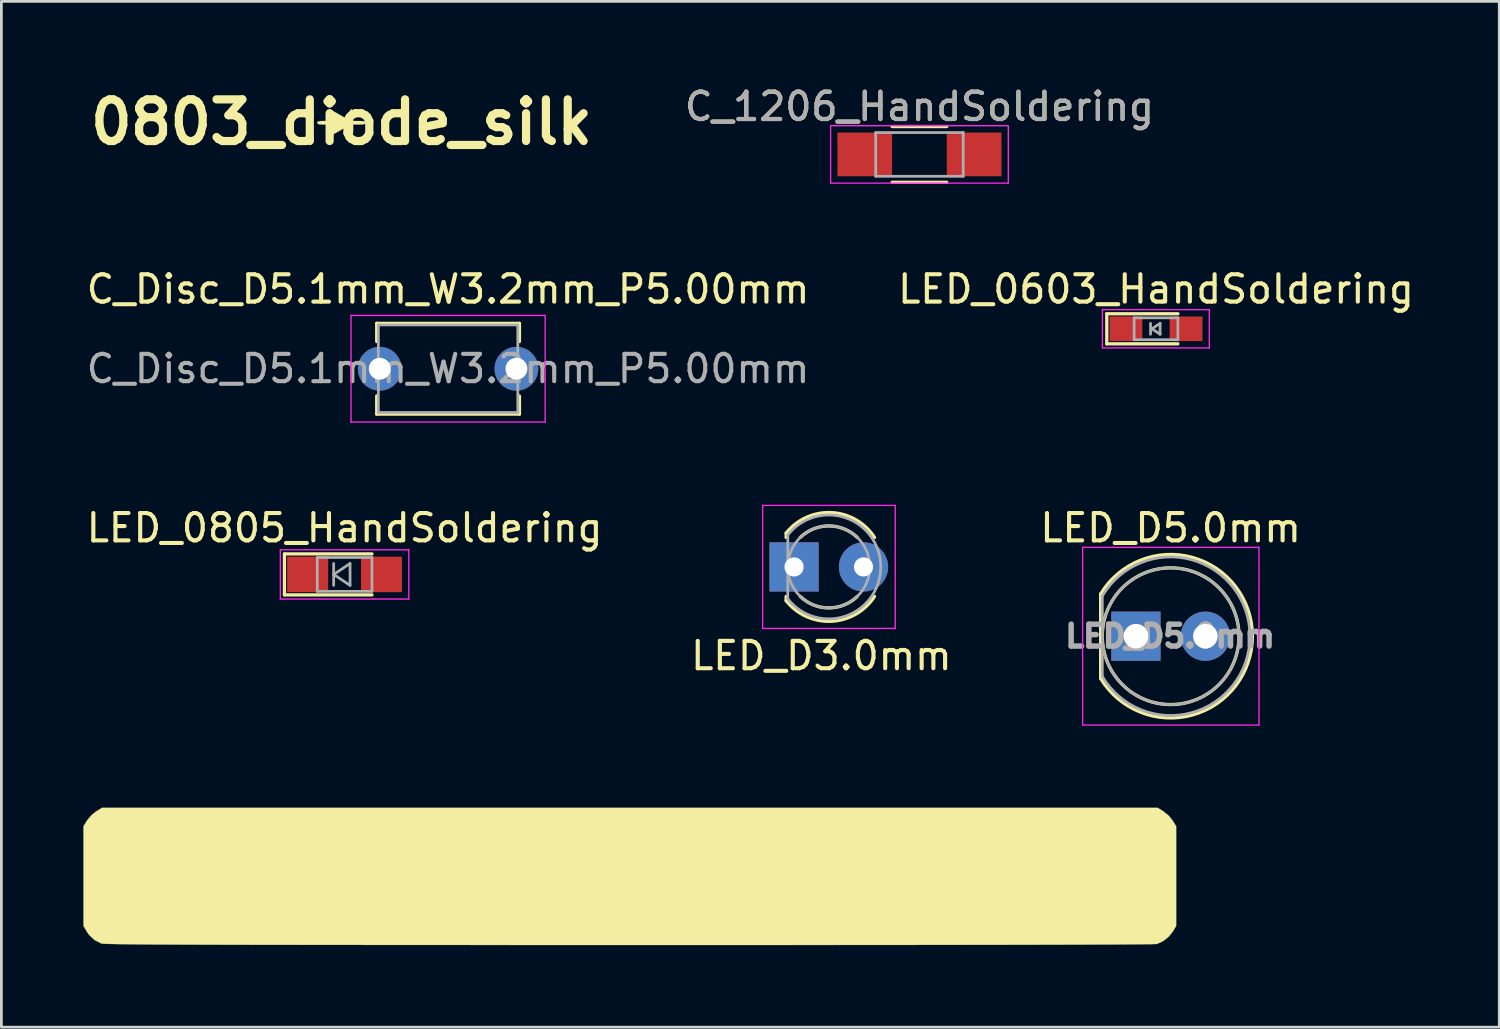
<source format=kicad_pcb>
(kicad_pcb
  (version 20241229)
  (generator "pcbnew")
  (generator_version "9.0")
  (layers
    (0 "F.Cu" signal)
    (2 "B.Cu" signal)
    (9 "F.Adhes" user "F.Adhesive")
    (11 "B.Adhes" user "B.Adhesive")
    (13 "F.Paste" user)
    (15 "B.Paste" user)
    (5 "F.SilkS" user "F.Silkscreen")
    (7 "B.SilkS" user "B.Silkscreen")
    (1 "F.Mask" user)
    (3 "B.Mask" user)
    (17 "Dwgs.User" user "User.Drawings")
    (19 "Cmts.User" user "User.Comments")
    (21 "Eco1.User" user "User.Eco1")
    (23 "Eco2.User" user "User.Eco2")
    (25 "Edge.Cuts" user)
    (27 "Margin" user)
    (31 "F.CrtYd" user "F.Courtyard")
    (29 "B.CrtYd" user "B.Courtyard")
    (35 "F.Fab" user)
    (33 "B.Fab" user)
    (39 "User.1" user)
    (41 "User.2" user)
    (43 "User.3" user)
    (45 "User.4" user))
  (footprint "C_1206_HandSoldering"
    (layer "F.Cu")
    (at 30.58 2.598)
    (property "Reference" "C_1206_HandSoldering" (at 0 -1.75 0) (layer "F.SilkS") (effects (font (size 1 1) (thickness 0.15))))
    (attr smd)
    (fp_line (start -1 1.02) (end 1 1.02) (stroke (width 0.12) (type solid)) (layer "F.SilkS"))
    (fp_line (start 1 -1.02) (end -1 -1.02) (stroke (width 0.12) (type solid)) (layer "F.SilkS"))
    (fp_line (start -3.25 -1.05) (end -3.25 1.05) (stroke (width 0.05) (type solid)) (layer "F.CrtYd"))
    (fp_line (start -3.25 -1.05) (end 3.25 -1.05) (stroke (width 0.05) (type solid)) (layer "F.CrtYd"))
    (fp_line (start 3.25 1.05) (end -3.25 1.05) (stroke (width 0.05) (type solid)) (layer "F.CrtYd"))
    (fp_line (start 3.25 1.05) (end 3.25 -1.05) (stroke (width 0.05) (type solid)) (layer "F.CrtYd"))
    (fp_line (start -1.6 -0.8) (end 1.6 -0.8) (stroke (width 0.1) (type solid)) (layer "F.Fab"))
    (fp_line (start -1.6 0.8) (end -1.6 -0.8) (stroke (width 0.1) (type solid)) (layer "F.Fab"))
    (fp_line (start 1.6 -0.8) (end 1.6 0.8) (stroke (width 0.1) (type solid)) (layer "F.Fab"))
    (fp_line (start 1.6 0.8) (end -1.6 0.8) (stroke (width 0.1) (type solid)) (layer "F.Fab"))
    (fp_text user "${REFERENCE}" (at 0 -1.75 0) (layer "F.Fab") (effects (font (size 1 1) (thickness 0.15))))
    (pad "1" smd rect (at -2 0) (size 2 1.6) (layers "F.Cu" "F.Mask" "F.Paste"))
    (pad "2" smd rect (at 2 0) (size 2 1.6) (layers "F.Cu" "F.Mask" "F.Paste")))
  (footprint "LED_0603_HandSoldering"
    (layer "F.Cu")
    (at 39.232 8.976)
    (property "Reference" "LED_0603_HandSoldering" (at 0 -1.45 0) (layer "F.SilkS") (effects (font (size 1 1) (thickness 0.15))))
    (attr smd)
    (fp_line (start -1.8 -0.55) (end -1.8 0.55) (stroke (width 0.12) (type solid)) (layer "F.SilkS"))
    (fp_line (start -1.8 -0.55) (end 0.8 -0.55) (stroke (width 0.12) (type solid)) (layer "F.SilkS"))
    (fp_line (start -1.8 0.55) (end 0.8 0.55) (stroke (width 0.12) (type solid)) (layer "F.SilkS"))
    (fp_line (start -1.96 -0.7) (end -1.96 0.7) (stroke (width 0.05) (type solid)) (layer "F.CrtYd"))
    (fp_line (start -1.96 -0.7) (end 1.95 -0.7) (stroke (width 0.05) (type solid)) (layer "F.CrtYd"))
    (fp_line (start 1.95 0.7) (end -1.96 0.7) (stroke (width 0.05) (type solid)) (layer "F.CrtYd"))
    (fp_line (start 1.95 0.7) (end 1.95 -0.7) (stroke (width 0.05) (type solid)) (layer "F.CrtYd"))
    (fp_line (start -0.8 -0.4) (end -0.8 0.4) (stroke (width 0.1) (type solid)) (layer "F.Fab"))
    (fp_line (start -0.8 -0.4) (end 0.8 -0.4) (stroke (width 0.1) (type solid)) (layer "F.Fab"))
    (fp_line (start -0.2 -0.2) (end -0.2 0.2) (stroke (width 0.1) (type solid)) (layer "F.Fab"))
    (fp_line (start -0.15 0) (end 0.15 -0.2) (stroke (width 0.1) (type solid)) (layer "F.Fab"))
    (fp_line (start 0.15 -0.2) (end 0.15 0.2) (stroke (width 0.1) (type solid)) (layer "F.Fab"))
    (fp_line (start 0.15 0.2) (end -0.15 0) (stroke (width 0.1) (type solid)) (layer "F.Fab"))
    (fp_line (start 0.8 -0.4) (end 0.8 0.4) (stroke (width 0.1) (type solid)) (layer "F.Fab"))
    (fp_line (start 0.8 0.4) (end -0.8 0.4) (stroke (width 0.1) (type solid)) (layer "F.Fab"))
    (pad "1" smd rect (at -1.1 0) (size 1.2 0.9) (layers "F.Cu" "F.Mask" "F.Paste"))
    (pad "2" smd rect (at 1.1 0) (size 1.2 0.9) (layers "F.Cu" "F.Mask" "F.Paste")))
  (footprint "LED_D3.0mm"
    (layer "F.Cu")
    (at 25.994 17.686)
    (property "Reference" "LED_D3.0mm" (at 1 3.25 180) (layer "F.SilkS") (effects (font (size 1 1) (thickness 0.15))))
    (attr through_hole)
    (fp_line (start -0.29 -1.236) (end -0.29 -1.08) (stroke (width 0.12) (type solid)) (layer "F.SilkS"))
    (fp_line (start -0.29 1.08) (end -0.29 1.236) (stroke (width 0.12) (type solid)) (layer "F.SilkS"))
    (fp_arc (start -0.29 -1.235516) (mid 1.366487 -1.987659) (end 2.942335 -1.078608) (stroke (width 0.12) (type solid)) (layer "F.SilkS"))
    (fp_arc (start 0.229039 -1.08) (mid 1.270117 -1.5) (end 2.31113 -1.079837) (stroke (width 0.12) (type solid)) (layer "F.SilkS"))
    (fp_arc (start 2.31113 1.079837) (mid 1.270117 1.5) (end 0.229039 1.08) (stroke (width 0.12) (type solid)) (layer "F.SilkS"))
    (fp_arc (start 2.942335 1.078608) (mid 1.366487 1.987659) (end -0.29 1.235516) (stroke (width 0.12) (type solid)) (layer "F.SilkS"))
    (fp_line (start -1.15 -2.25) (end -1.15 2.25) (stroke (width 0.05) (type solid)) (layer "F.CrtYd"))
    (fp_line (start -1.15 2.25) (end 3.7 2.25) (stroke (width 0.05) (type solid)) (layer "F.CrtYd"))
    (fp_line (start 3.7 -2.25) (end -1.15 -2.25) (stroke (width 0.05) (type solid)) (layer "F.CrtYd"))
    (fp_line (start 3.7 2.25) (end 3.7 -2.25) (stroke (width 0.05) (type solid)) (layer "F.CrtYd"))
    (fp_line (start -0.23 -1.166) (end -0.23 1.166) (stroke (width 0.1) (type solid)) (layer "F.Fab"))
    (fp_arc (start -0.23 -1.16619) (mid 3.17 0.000452) (end -0.230555 1.165476) (stroke (width 0.1) (type solid)) (layer "F.Fab"))
    (fp_circle (center 1.27 0) (end 2.77 0) (stroke (width 0.1) (type solid)) (fill no) (layer "F.Fab"))
    (pad "1" thru_hole rect (at 0 0) (size 1.8 1.8) (drill 0.7) (layers "*.Cu" "*.Mask"))
    (pad "2" thru_hole circle (at 2.54 0) (size 1.8 1.8) (drill 0.7) (layers "*.Cu" "*.Mask")))
  (footprint "0803_diode_silk"
    (layer "F.Cu")
    (at 9.442 1.418)
    (property "Reference" "0803_diode_silk" (at 0 0 0) (layer "F.SilkS") (effects (font (size 1.524 1.524) (thickness 0.3))))
    (attr through_hole)
    (fp_poly (pts (xy 0.4 -0.443) (xy 0.419 -0.365) (xy 0.423 -0.254) (xy 0.423 -0.042) (xy 0.656 -0.042) (xy 0.797 -0.037) (xy 0.869 -0.017) (xy 0.889 0.021) (xy 0.868 0.059) (xy 0.795 0.079) (xy 0.656 0.085) (xy 0.423 0.085) (xy 0.423 0.296) (xy 0.417 0.429) (xy 0.393 0.494) (xy 0.36 0.508) (xy 0.318 0.483) (xy 0.299 0.398) (xy 0.296 0.318) (xy 0.292 0.204) (xy 0.28 0.136) (xy 0.273 0.127) (xy 0.229 0.147) (xy 0.129 0.2) (xy -0.008 0.276) (xy -0.08 0.318) (xy -0.229 0.402) (xy -0.35 0.467) (xy -0.424 0.504) (xy -0.438 0.508) (xy -0.454 0.47) (xy -0.464 0.373) (xy -0.466 0.296) (xy -0.466 0.085) (xy -0.677 0.085) (xy -0.81 0.078) (xy -0.875 0.054) (xy -0.889 0.021) (xy -0.866 -0.019) (xy -0.788 -0.038) (xy -0.677 -0.042) (xy -0.466 -0.042) (xy -0.466 -0.254) (xy -0.461 -0.375) (xy -0.448 -0.451) (xy -0.438 -0.466) (xy -0.391 -0.446) (xy -0.29 -0.393) (xy -0.152 -0.316) (xy -0.08 -0.275) (xy 0.068 -0.191) (xy 0.188 -0.126) (xy 0.26 -0.089) (xy 0.273 -0.085) (xy 0.287 -0.123) (xy 0.295 -0.218) (xy 0.296 -0.275) (xy 0.305 -0.401) (xy 0.333 -0.458) (xy 0.36 -0.466) (xy 0.4 -0.443)) (stroke (width 0.01) (type solid)) (fill yes) (layer "F.SilkS")))
  (footprint "Name_Box"
    (layer "F.Cu")
    (at 19.965 28.976)
    (property "Reference" "Name_Box" (at 0 0 0) (layer "F.SilkS") (effects (font (size 1.524 1.524) (thickness 0.3))))
    (attr through_hole)
    (fp_poly (pts (xy 19.539 -2.348) (xy 19.739 -2.184) (xy 19.874 -2.013) (xy 20.003 -1.806) (xy 20.003 1.841) (xy 19.889 2.035) (xy 19.729 2.237) (xy 19.52 2.4) (xy 19.301 2.499) (xy 19.246 2.502) (xy 19.107 2.506) (xy 18.885 2.509) (xy 18.58 2.512) (xy 18.194 2.515) (xy 17.726 2.518) (xy 17.179 2.52) (xy 16.552 2.523) (xy 15.846 2.525) (xy 15.062 2.527) (xy 14.2 2.529) (xy 13.262 2.531) (xy 12.248 2.532) (xy 11.159 2.534) (xy 9.995 2.535) (xy 8.758 2.536) (xy 7.447 2.537) (xy 6.065 2.537) (xy 4.611 2.538) (xy 3.086 2.538) (xy 1.49 2.538) (xy 0.000279 2.538) (xy -1.563 2.538) (xy -3.044 2.538) (xy -4.445 2.537) (xy -5.767 2.537) (xy -7.012 2.536) (xy -8.183 2.536) (xy -9.282 2.535) (xy -10.31 2.534) (xy -11.27 2.533) (xy -12.164 2.532) (xy -12.994 2.531) (xy -13.762 2.53) (xy -14.47 2.528) (xy -15.12 2.527) (xy -15.714 2.525) (xy -16.254 2.523) (xy -16.742 2.521) (xy -17.18 2.519) (xy -17.571 2.517) (xy -17.916 2.514) (xy -18.218 2.511) (xy -18.478 2.508) (xy -18.699 2.505) (xy -18.882 2.502) (xy -19.03 2.498) (xy -19.144 2.494) (xy -19.227 2.49) (xy -19.281 2.486) (xy -19.308 2.482) (xy -19.309 2.482) (xy -19.564 2.351) (xy -19.764 2.159) (xy -19.844 2.04) (xy -19.96 1.841) (xy -19.96 -1.806) (xy -19.832 -2.013) (xy -19.668 -2.213) (xy -19.497 -2.348) (xy -19.289 -2.477) (xy 19.332 -2.477) (xy 19.539 -2.348)) (stroke (width 0.01) (type solid)) (fill yes) (layer "F.SilkS")))
  (footprint "LED_D5.0mm"
    (layer "F.Cu")
    (at 38.498 20.22)
    (property "Reference" "LED_D5.0mm" (at 1.27 -3.96 0) (layer "F.SilkS") (effects (font (size 1 1) (thickness 0.15))))
    (attr through_hole)
    (fp_line (start -1.29 -1.545) (end -1.29 1.545) (stroke (width 0.12) (type solid)) (layer "F.SilkS"))
    (fp_arc (start -1.29 -1.54483) (mid 2.072002 -2.880433) (end 4.26 0.000462) (stroke (width 0.12) (type solid)) (layer "F.SilkS"))
    (fp_arc (start 4.26 -0.000462) (mid 2.072002 2.880433) (end -1.29 1.54483) (stroke (width 0.12) (type solid)) (layer "F.SilkS"))
    (fp_circle (center 1.27 0) (end 3.77 0) (stroke (width 0.12) (type solid)) (fill no) (layer "F.SilkS"))
    (fp_line (start -1.95 -3.25) (end -1.95 3.25) (stroke (width 0.05) (type solid)) (layer "F.CrtYd"))
    (fp_line (start -1.95 3.25) (end 4.5 3.25) (stroke (width 0.05) (type solid)) (layer "F.CrtYd"))
    (fp_line (start 4.5 -3.25) (end -1.95 -3.25) (stroke (width 0.05) (type solid)) (layer "F.CrtYd"))
    (fp_line (start 4.5 3.25) (end 4.5 -3.25) (stroke (width 0.05) (type solid)) (layer "F.CrtYd"))
    (fp_line (start -1.23 -1.47) (end -1.23 1.47) (stroke (width 0.1) (type solid)) (layer "F.Fab"))
    (fp_arc (start -1.23 -1.469694) (mid 4.17 0.000016) (end -1.230016 1.469666) (stroke (width 0.1) (type solid)) (layer "F.Fab"))
    (fp_circle (center 1.27 0) (end 3.77 0) (stroke (width 0.1) (type solid)) (fill no) (layer "F.Fab"))
    (fp_text user "${REFERENCE}" (at 1.25 0 0) (layer "F.Fab") (effects (font (size 0.8 0.8) (thickness 0.2))))
    (pad "1" thru_hole rect (at 0 0) (size 1.8 1.8) (drill 0.9) (layers "*.Cu" "*.Mask"))
    (pad "2" thru_hole circle (at 2.54 0) (size 1.8 1.8) (drill 0.9) (layers "*.Cu" "*.Mask")))
  (footprint "LED_0805_HandSoldering"
    (layer "F.Cu")
    (at 9.554 17.96)
    (property "Reference" "LED_0805_HandSoldering" (at 0 -1.7 0) (layer "F.SilkS") (effects (font (size 1 1) (thickness 0.15))))
    (attr smd)
    (fp_line (start -2.2 -0.75) (end -2.2 0.75) (stroke (width 0.12) (type solid)) (layer "F.SilkS"))
    (fp_line (start -2.2 -0.75) (end 1 -0.75) (stroke (width 0.12) (type solid)) (layer "F.SilkS"))
    (fp_line (start 1 0.75) (end -2.2 0.75) (stroke (width 0.12) (type solid)) (layer "F.SilkS"))
    (fp_line (start -2.35 -0.9) (end -2.35 0.9) (stroke (width 0.05) (type solid)) (layer "F.CrtYd"))
    (fp_line (start -2.35 -0.9) (end 2.35 -0.9) (stroke (width 0.05) (type solid)) (layer "F.CrtYd"))
    (fp_line (start 2.35 0.9) (end -2.35 0.9) (stroke (width 0.05) (type solid)) (layer "F.CrtYd"))
    (fp_line (start 2.35 0.9) (end 2.35 -0.9) (stroke (width 0.05) (type solid)) (layer "F.CrtYd"))
    (fp_line (start -1 -0.62) (end 1 -0.62) (stroke (width 0.1) (type solid)) (layer "F.Fab"))
    (fp_line (start -1 0.62) (end -1 -0.62) (stroke (width 0.1) (type solid)) (layer "F.Fab"))
    (fp_line (start -0.4 -0.4) (end -0.4 0.4) (stroke (width 0.1) (type solid)) (layer "F.Fab"))
    (fp_line (start -0.4 0) (end 0.2 -0.4) (stroke (width 0.1) (type solid)) (layer "F.Fab"))
    (fp_line (start 0.2 -0.4) (end 0.2 0.4) (stroke (width 0.1) (type solid)) (layer "F.Fab"))
    (fp_line (start 0.2 0.4) (end -0.4 0) (stroke (width 0.1) (type solid)) (layer "F.Fab"))
    (fp_line (start 1 -0.62) (end 1 0.62) (stroke (width 0.1) (type solid)) (layer "F.Fab"))
    (fp_line (start 1 0.62) (end -1 0.62) (stroke (width 0.1) (type solid)) (layer "F.Fab"))
    (pad "1" smd rect (at -1.35 0) (size 1.5 1.3) (layers "F.Cu" "F.Mask" "F.Paste"))
    (pad "2" smd rect (at 1.35 0) (size 1.5 1.3) (layers "F.Cu" "F.Mask" "F.Paste")))
  (footprint "C_Disc_D5.1mm_W3.2mm_P5.00mm"
    (layer "F.Cu")
    (at 10.839 10.437)
    (property "Reference" "C_Disc_D5.1mm_W3.2mm_P5.00mm" (at 2.5 -2.91 0) (layer "F.SilkS") (effects (font (size 1 1) (thickness 0.15))))
    (attr through_hole)
    (fp_line (start -0.11 -1.66) (end -0.11 -0.996) (stroke (width 0.12) (type solid)) (layer "F.SilkS"))
    (fp_line (start -0.11 -1.66) (end 5.11 -1.66) (stroke (width 0.12) (type solid)) (layer "F.SilkS"))
    (fp_line (start -0.11 0.996) (end -0.11 1.66) (stroke (width 0.12) (type solid)) (layer "F.SilkS"))
    (fp_line (start -0.11 1.66) (end 5.11 1.66) (stroke (width 0.12) (type solid)) (layer "F.SilkS"))
    (fp_line (start 5.11 -1.66) (end 5.11 -0.996) (stroke (width 0.12) (type solid)) (layer "F.SilkS"))
    (fp_line (start 5.11 0.996) (end 5.11 1.66) (stroke (width 0.12) (type solid)) (layer "F.SilkS"))
    (fp_line (start -1.05 -1.95) (end -1.05 1.95) (stroke (width 0.05) (type solid)) (layer "F.CrtYd"))
    (fp_line (start -1.05 1.95) (end 6.05 1.95) (stroke (width 0.05) (type solid)) (layer "F.CrtYd"))
    (fp_line (start 6.05 -1.95) (end -1.05 -1.95) (stroke (width 0.05) (type solid)) (layer "F.CrtYd"))
    (fp_line (start 6.05 1.95) (end 6.05 -1.95) (stroke (width 0.05) (type solid)) (layer "F.CrtYd"))
    (fp_line (start -0.05 -1.6) (end -0.05 1.6) (stroke (width 0.1) (type solid)) (layer "F.Fab"))
    (fp_line (start -0.05 1.6) (end 5.05 1.6) (stroke (width 0.1) (type solid)) (layer "F.Fab"))
    (fp_line (start 5.05 -1.6) (end -0.05 -1.6) (stroke (width 0.1) (type solid)) (layer "F.Fab"))
    (fp_line (start 5.05 1.6) (end 5.05 -1.6) (stroke (width 0.1) (type solid)) (layer "F.Fab"))
    (fp_text user "${REFERENCE}" (at 2.5 0 0) (layer "F.Fab") (effects (font (size 1 1) (thickness 0.15))))
    (pad "1" thru_hole circle (at 0 0) (size 1.6 1.6) (drill 0.8) (layers "*.Cu" "*.Mask"))
    (pad "2" thru_hole circle (at 5 0) (size 1.6 1.6) (drill 0.8) (layers "*.Cu" "*.Mask")))
  (gr_rect
    (start -3 -3)
    (end 51.786 34.519)
    (stroke (width 0.1) (type default))
    (fill no)
    (layer "Edge.Cuts")))
</source>
